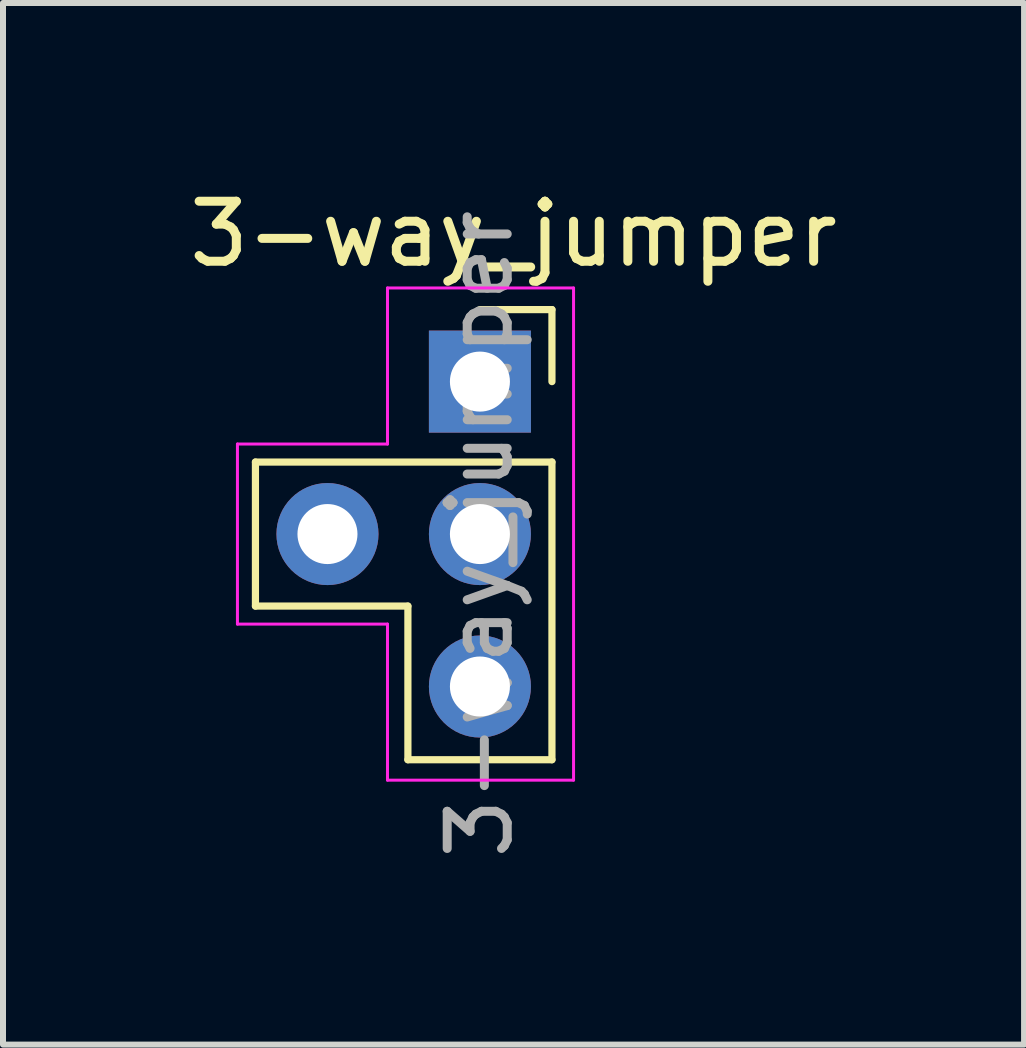
<source format=kicad_pcb>
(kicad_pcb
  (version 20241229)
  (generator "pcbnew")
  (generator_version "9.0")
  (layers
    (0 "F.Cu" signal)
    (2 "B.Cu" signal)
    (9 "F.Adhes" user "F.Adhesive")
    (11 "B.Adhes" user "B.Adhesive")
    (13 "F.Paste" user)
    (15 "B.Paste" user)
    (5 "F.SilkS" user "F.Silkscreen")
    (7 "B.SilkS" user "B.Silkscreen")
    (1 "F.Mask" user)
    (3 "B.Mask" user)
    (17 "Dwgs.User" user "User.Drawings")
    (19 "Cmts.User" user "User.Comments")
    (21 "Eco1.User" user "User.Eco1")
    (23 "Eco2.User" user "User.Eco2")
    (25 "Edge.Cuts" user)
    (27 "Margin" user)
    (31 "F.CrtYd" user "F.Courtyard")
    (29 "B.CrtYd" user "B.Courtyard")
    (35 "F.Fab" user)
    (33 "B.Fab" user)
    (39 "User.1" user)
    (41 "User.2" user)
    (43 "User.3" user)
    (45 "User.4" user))
  (footprint "3-way_jumper"
    (layer "F.Cu")
    (at 4.946 3.308)
    (property "Reference" "3-way_jumper" (at 0.56 -2.46 0) (unlocked yes) (layer "F.SilkS") (effects (font (size 1 1) (thickness 0.15))))
    (attr through_hole)
    (fp_line (start -3.74 1.34) (end 1.2 1.34) (stroke (width 0.12) (type default)) (layer "F.SilkS"))
    (fp_line (start -3.74 3.74) (end -3.74 1.34) (stroke (width 0.12) (type default)) (layer "F.SilkS"))
    (fp_line (start -1.2 3.74) (end -3.74 3.74) (stroke (width 0.12) (type default)) (layer "F.SilkS"))
    (fp_line (start -1.2 6.3) (end -1.2 3.74) (stroke (width 0.12) (type default)) (layer "F.SilkS"))
    (fp_line (start 0 -1.2) (end 1.2 -1.2) (stroke (width 0.12) (type default)) (layer "F.SilkS"))
    (fp_line (start 1.2 -1.2) (end 1.2 0) (stroke (width 0.12) (type default)) (layer "F.SilkS"))
    (fp_line (start 1.2 6.3) (end -1.2 6.3) (stroke (width 0.12) (type default)) (layer "F.SilkS"))
    (fp_line (start 1.2 6.3) (end 1.2 1.34) (stroke (width 0.12) (type default)) (layer "F.SilkS"))
    (fp_line (start -4.04 1.04) (end -1.54 1.04) (stroke (width 0.05) (type default)) (layer "F.CrtYd"))
    (fp_line (start -4.04 4.04) (end -4.04 1.04) (stroke (width 0.05) (type default)) (layer "F.CrtYd"))
    (fp_line (start -1.54 -1.56) (end 1.56 -1.56) (stroke (width 0.05) (type default)) (layer "F.CrtYd"))
    (fp_line (start -1.54 1.04) (end -1.54 -1.56) (stroke (width 0.05) (type default)) (layer "F.CrtYd"))
    (fp_line (start -1.54 4.04) (end -4.04 4.04) (stroke (width 0.05) (type default)) (layer "F.CrtYd"))
    (fp_line (start -1.54 6.64) (end -1.54 4.04) (stroke (width 0.05) (type default)) (layer "F.CrtYd"))
    (fp_line (start 1.56 -1.56) (end 1.56 6.64) (stroke (width 0.05) (type default)) (layer "F.CrtYd"))
    (fp_line (start 1.56 6.64) (end -1.54 6.64) (stroke (width 0.05) (type default)) (layer "F.CrtYd"))
    (fp_text user "${REFERENCE}" (at 0 2.54 90) (unlocked yes) (layer "F.Fab") (effects (font (size 1 1) (thickness 0.15))))
    (pad "1" thru_hole rect (at 0 0) (size 1.7 1.7) (drill 1) (layers "*.Cu" "*.Mask"))
    (pad "2" thru_hole circle (at 0 2.54) (size 1.7 1.7) (drill 1) (layers "*.Cu" "*.Mask"))
    (pad "3" thru_hole circle (at 0 5.08) (size 1.7 1.7) (drill 1) (layers "*.Cu" "*.Mask"))
    (pad "4" thru_hole circle (at -2.54 2.54) (size 1.7 1.7) (drill 1) (layers "*.Cu" "*.Mask")))
  (gr_rect
    (start -3 -3)
    (end 14.012 14.354)
    (stroke (width 0.1) (type default))
    (fill no)
    (layer "Edge.Cuts")))
</source>
